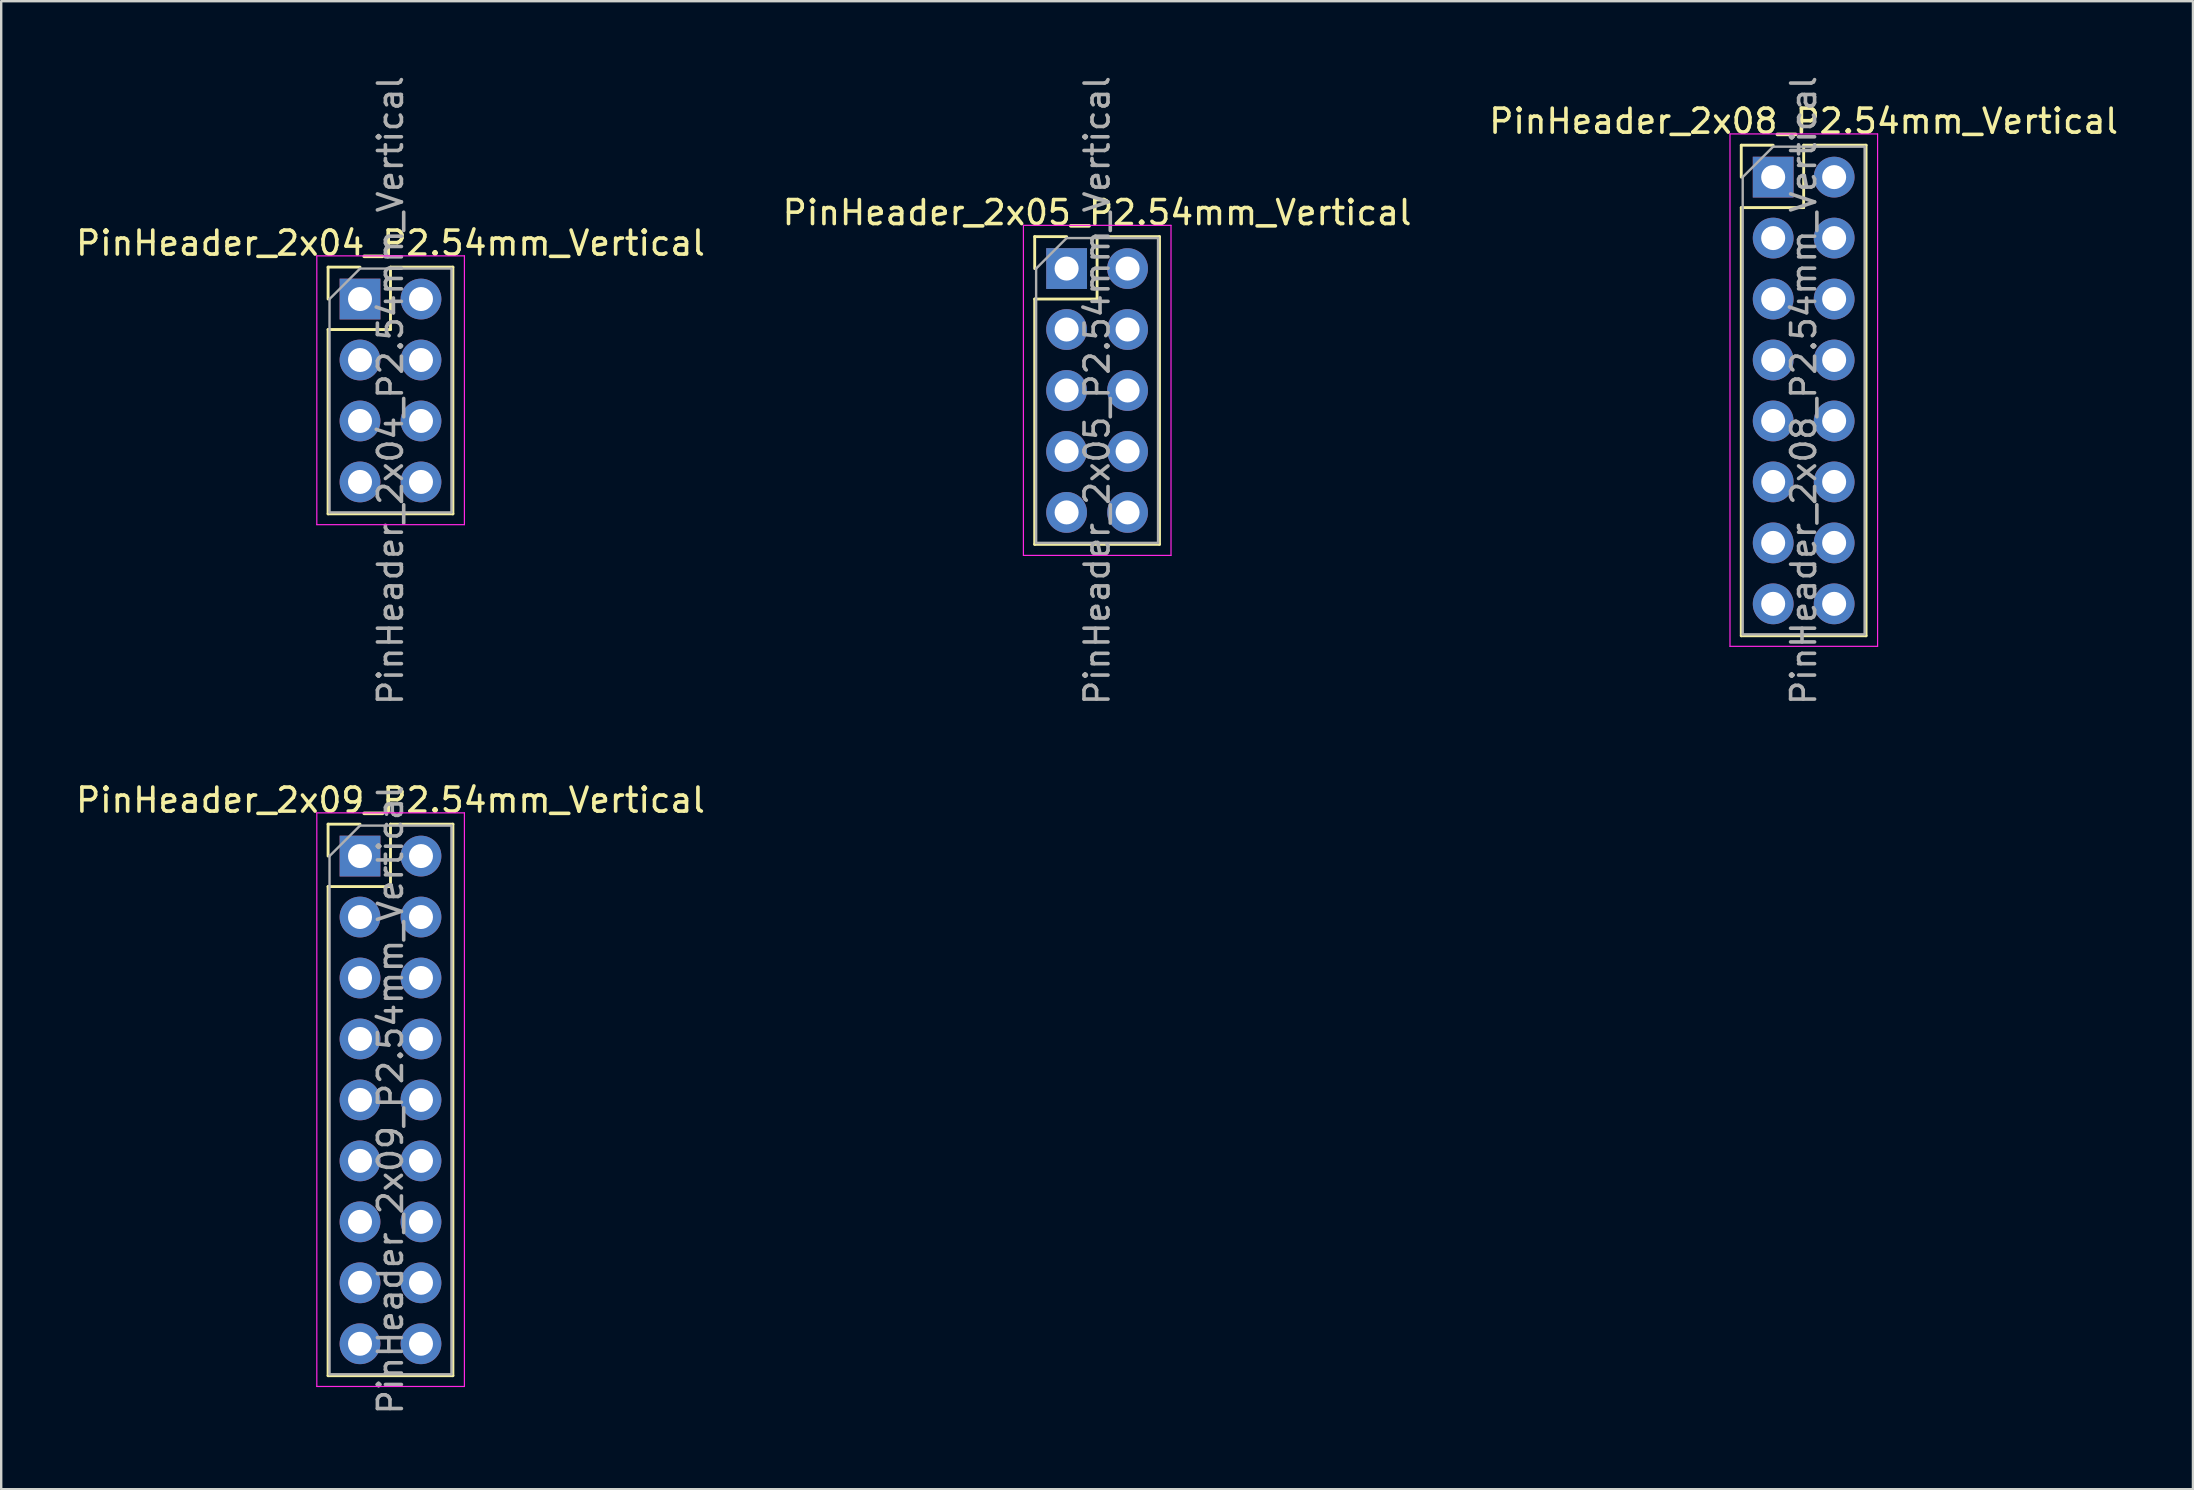
<source format=kicad_pcb>
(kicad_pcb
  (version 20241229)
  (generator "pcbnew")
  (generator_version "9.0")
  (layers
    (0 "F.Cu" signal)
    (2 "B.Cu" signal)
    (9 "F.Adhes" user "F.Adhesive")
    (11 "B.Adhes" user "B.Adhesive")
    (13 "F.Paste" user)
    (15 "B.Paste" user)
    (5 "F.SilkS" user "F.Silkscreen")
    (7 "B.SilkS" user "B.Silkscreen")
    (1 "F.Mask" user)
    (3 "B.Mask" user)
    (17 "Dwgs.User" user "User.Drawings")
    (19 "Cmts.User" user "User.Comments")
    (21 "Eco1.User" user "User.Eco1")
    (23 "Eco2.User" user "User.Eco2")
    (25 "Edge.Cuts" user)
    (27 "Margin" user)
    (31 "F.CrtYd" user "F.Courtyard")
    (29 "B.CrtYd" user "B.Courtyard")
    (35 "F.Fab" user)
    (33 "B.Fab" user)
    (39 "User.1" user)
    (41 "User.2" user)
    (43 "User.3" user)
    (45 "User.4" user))
  (footprint "PinHeader_2x08_P2.54mm_Vertical"
    (layer "F.Cu")
    (at 72.101 13.22)
    (property "Reference" "PinHeader_2x08_P2.54mm_Vertical" (at 0 -11.22 0) (layer "F.SilkS") (effects (font (size 1 1) (thickness 0.15))))
    (attr through_hole)
    (fp_line (start -2.6 -10.22) (end -1.27 -10.22) (stroke (width 0.12) (type solid)) (layer "F.SilkS"))
    (fp_line (start -2.6 -8.89) (end -2.6 -10.22) (stroke (width 0.12) (type solid)) (layer "F.SilkS"))
    (fp_line (start -2.6 -7.62) (end -2.6 10.22) (stroke (width 0.12) (type solid)) (layer "F.SilkS"))
    (fp_line (start -2.6 -7.62) (end 0 -7.62) (stroke (width 0.12) (type solid)) (layer "F.SilkS"))
    (fp_line (start -2.6 10.22) (end 2.6 10.22) (stroke (width 0.12) (type solid)) (layer "F.SilkS"))
    (fp_line (start 0 -10.22) (end 2.6 -10.22) (stroke (width 0.12) (type solid)) (layer "F.SilkS"))
    (fp_line (start 0 -7.62) (end 0 -10.22) (stroke (width 0.12) (type solid)) (layer "F.SilkS"))
    (fp_line (start 2.6 -10.22) (end 2.6 10.22) (stroke (width 0.12) (type solid)) (layer "F.SilkS"))
    (fp_line (start -3.07 -10.69) (end -3.07 10.66) (stroke (width 0.05) (type solid)) (layer "F.CrtYd"))
    (fp_line (start -3.07 10.66) (end 3.08 10.66) (stroke (width 0.05) (type solid)) (layer "F.CrtYd"))
    (fp_line (start 3.08 -10.69) (end -3.07 -10.69) (stroke (width 0.05) (type solid)) (layer "F.CrtYd"))
    (fp_line (start 3.08 10.66) (end 3.08 -10.69) (stroke (width 0.05) (type solid)) (layer "F.CrtYd"))
    (fp_line (start -2.54 -8.89) (end -1.27 -10.16) (stroke (width 0.1) (type solid)) (layer "F.Fab"))
    (fp_line (start -2.54 10.16) (end -2.54 -8.89) (stroke (width 0.1) (type solid)) (layer "F.Fab"))
    (fp_line (start -1.27 -10.16) (end 2.54 -10.16) (stroke (width 0.1) (type solid)) (layer "F.Fab"))
    (fp_line (start 2.54 -10.16) (end 2.54 10.16) (stroke (width 0.1) (type solid)) (layer "F.Fab"))
    (fp_line (start 2.54 10.16) (end -2.54 10.16) (stroke (width 0.1) (type solid)) (layer "F.Fab"))
    (fp_text user "${REFERENCE}" (at 0 0 90) (layer "F.Fab") (effects (font (size 1 1) (thickness 0.15))))
    (pad "1" thru_hole rect (at -1.27 -8.89) (size 1.7 1.7) (drill 1) (layers "*.Cu" "*.Mask"))
    (pad "2" thru_hole oval (at 1.27 -8.89) (size 1.7 1.7) (drill 1) (layers "*.Cu" "*.Mask"))
    (pad "3" thru_hole oval (at -1.27 -6.35) (size 1.7 1.7) (drill 1) (layers "*.Cu" "*.Mask"))
    (pad "4" thru_hole oval (at 1.27 -6.35) (size 1.7 1.7) (drill 1) (layers "*.Cu" "*.Mask"))
    (pad "5" thru_hole oval (at -1.27 -3.81) (size 1.7 1.7) (drill 1) (layers "*.Cu" "*.Mask"))
    (pad "6" thru_hole oval (at 1.27 -3.81) (size 1.7 1.7) (drill 1) (layers "*.Cu" "*.Mask"))
    (pad "7" thru_hole oval (at -1.27 -1.27) (size 1.7 1.7) (drill 1) (layers "*.Cu" "*.Mask"))
    (pad "8" thru_hole oval (at 1.27 -1.27) (size 1.7 1.7) (drill 1) (layers "*.Cu" "*.Mask"))
    (pad "9" thru_hole oval (at -1.27 1.27) (size 1.7 1.7) (drill 1) (layers "*.Cu" "*.Mask"))
    (pad "10" thru_hole oval (at 1.27 1.27) (size 1.7 1.7) (drill 1) (layers "*.Cu" "*.Mask"))
    (pad "11" thru_hole oval (at -1.27 3.81) (size 1.7 1.7) (drill 1) (layers "*.Cu" "*.Mask"))
    (pad "12" thru_hole oval (at 1.27 3.81) (size 1.7 1.7) (drill 1) (layers "*.Cu" "*.Mask"))
    (pad "13" thru_hole oval (at -1.27 6.35) (size 1.7 1.7) (drill 1) (layers "*.Cu" "*.Mask"))
    (pad "14" thru_hole oval (at 1.27 6.35) (size 1.7 1.7) (drill 1) (layers "*.Cu" "*.Mask"))
    (pad "15" thru_hole oval (at -1.27 8.89) (size 1.7 1.7) (drill 1) (layers "*.Cu" "*.Mask"))
    (pad "16" thru_hole oval (at 1.27 8.89) (size 1.7 1.7) (drill 1) (layers "*.Cu" "*.Mask")))
  (footprint "PinHeader_2x09_P2.54mm_Vertical"
    (layer "F.Cu")
    (at 13.22 42.779)
    (property "Reference" "PinHeader_2x09_P2.54mm_Vertical" (at 0 -12.49 0) (layer "F.SilkS") (effects (font (size 1 1) (thickness 0.15))))
    (attr through_hole)
    (fp_line (start -2.6 -11.49) (end -1.27 -11.49) (stroke (width 0.12) (type solid)) (layer "F.SilkS"))
    (fp_line (start -2.6 -10.16) (end -2.6 -11.49) (stroke (width 0.12) (type solid)) (layer "F.SilkS"))
    (fp_line (start -2.6 -8.89) (end -2.6 11.49) (stroke (width 0.12) (type solid)) (layer "F.SilkS"))
    (fp_line (start -2.6 -8.89) (end 0 -8.89) (stroke (width 0.12) (type solid)) (layer "F.SilkS"))
    (fp_line (start -2.6 11.49) (end 2.6 11.49) (stroke (width 0.12) (type solid)) (layer "F.SilkS"))
    (fp_line (start 0 -11.49) (end 2.6 -11.49) (stroke (width 0.12) (type solid)) (layer "F.SilkS"))
    (fp_line (start 0 -8.89) (end 0 -11.49) (stroke (width 0.12) (type solid)) (layer "F.SilkS"))
    (fp_line (start 2.6 -11.49) (end 2.6 11.49) (stroke (width 0.12) (type solid)) (layer "F.SilkS"))
    (fp_line (start -3.07 -11.96) (end -3.07 11.94) (stroke (width 0.05) (type solid)) (layer "F.CrtYd"))
    (fp_line (start -3.07 11.94) (end 3.08 11.94) (stroke (width 0.05) (type solid)) (layer "F.CrtYd"))
    (fp_line (start 3.08 -11.96) (end -3.07 -11.96) (stroke (width 0.05) (type solid)) (layer "F.CrtYd"))
    (fp_line (start 3.08 11.94) (end 3.08 -11.96) (stroke (width 0.05) (type solid)) (layer "F.CrtYd"))
    (fp_line (start -2.54 -10.16) (end -1.27 -11.43) (stroke (width 0.1) (type solid)) (layer "F.Fab"))
    (fp_line (start -2.54 11.43) (end -2.54 -10.16) (stroke (width 0.1) (type solid)) (layer "F.Fab"))
    (fp_line (start -1.27 -11.43) (end 2.54 -11.43) (stroke (width 0.1) (type solid)) (layer "F.Fab"))
    (fp_line (start 2.54 -11.43) (end 2.54 11.43) (stroke (width 0.1) (type solid)) (layer "F.Fab"))
    (fp_line (start 2.54 11.43) (end -2.54 11.43) (stroke (width 0.1) (type solid)) (layer "F.Fab"))
    (fp_text user "${REFERENCE}" (at 0 0 90) (layer "F.Fab") (effects (font (size 1 1) (thickness 0.15))))
    (pad "1" thru_hole rect (at -1.27 -10.16) (size 1.7 1.7) (drill 1) (layers "*.Cu" "*.Mask"))
    (pad "2" thru_hole oval (at 1.27 -10.16) (size 1.7 1.7) (drill 1) (layers "*.Cu" "*.Mask"))
    (pad "3" thru_hole oval (at -1.27 -7.62) (size 1.7 1.7) (drill 1) (layers "*.Cu" "*.Mask"))
    (pad "4" thru_hole oval (at 1.27 -7.62) (size 1.7 1.7) (drill 1) (layers "*.Cu" "*.Mask"))
    (pad "5" thru_hole oval (at -1.27 -5.08) (size 1.7 1.7) (drill 1) (layers "*.Cu" "*.Mask"))
    (pad "6" thru_hole oval (at 1.27 -5.08) (size 1.7 1.7) (drill 1) (layers "*.Cu" "*.Mask"))
    (pad "7" thru_hole oval (at -1.27 -2.54) (size 1.7 1.7) (drill 1) (layers "*.Cu" "*.Mask"))
    (pad "8" thru_hole oval (at 1.27 -2.54) (size 1.7 1.7) (drill 1) (layers "*.Cu" "*.Mask"))
    (pad "9" thru_hole oval (at -1.27 0) (size 1.7 1.7) (drill 1) (layers "*.Cu" "*.Mask"))
    (pad "10" thru_hole oval (at 1.27 0) (size 1.7 1.7) (drill 1) (layers "*.Cu" "*.Mask"))
    (pad "11" thru_hole oval (at -1.27 2.54) (size 1.7 1.7) (drill 1) (layers "*.Cu" "*.Mask"))
    (pad "12" thru_hole oval (at 1.27 2.54) (size 1.7 1.7) (drill 1) (layers "*.Cu" "*.Mask"))
    (pad "13" thru_hole oval (at -1.27 5.08) (size 1.7 1.7) (drill 1) (layers "*.Cu" "*.Mask"))
    (pad "14" thru_hole oval (at 1.27 5.08) (size 1.7 1.7) (drill 1) (layers "*.Cu" "*.Mask"))
    (pad "15" thru_hole oval (at -1.27 7.62) (size 1.7 1.7) (drill 1) (layers "*.Cu" "*.Mask"))
    (pad "16" thru_hole oval (at 1.27 7.62) (size 1.7 1.7) (drill 1) (layers "*.Cu" "*.Mask"))
    (pad "17" thru_hole oval (at -1.27 10.16) (size 1.7 1.7) (drill 1) (layers "*.Cu" "*.Mask"))
    (pad "18" thru_hole oval (at 1.27 10.16) (size 1.7 1.7) (drill 1) (layers "*.Cu" "*.Mask")))
  (footprint "PinHeader_2x04_P2.54mm_Vertical"
    (layer "F.Cu")
    (at 13.22 13.22)
    (property "Reference" "PinHeader_2x04_P2.54mm_Vertical" (at 0 -6.14 0) (layer "F.SilkS") (effects (font (size 1 1) (thickness 0.15))))
    (attr through_hole)
    (fp_line (start -2.6 -5.14) (end -1.27 -5.14) (stroke (width 0.12) (type solid)) (layer "F.SilkS"))
    (fp_line (start -2.6 -3.81) (end -2.6 -5.14) (stroke (width 0.12) (type solid)) (layer "F.SilkS"))
    (fp_line (start -2.6 -2.54) (end -2.6 5.14) (stroke (width 0.12) (type solid)) (layer "F.SilkS"))
    (fp_line (start -2.6 -2.54) (end 0 -2.54) (stroke (width 0.12) (type solid)) (layer "F.SilkS"))
    (fp_line (start -2.6 5.14) (end 2.6 5.14) (stroke (width 0.12) (type solid)) (layer "F.SilkS"))
    (fp_line (start 0 -5.14) (end 2.6 -5.14) (stroke (width 0.12) (type solid)) (layer "F.SilkS"))
    (fp_line (start 0 -2.54) (end 0 -5.14) (stroke (width 0.12) (type solid)) (layer "F.SilkS"))
    (fp_line (start 2.6 -5.14) (end 2.6 5.14) (stroke (width 0.12) (type solid)) (layer "F.SilkS"))
    (fp_line (start -3.07 -5.61) (end -3.07 5.59) (stroke (width 0.05) (type solid)) (layer "F.CrtYd"))
    (fp_line (start -3.07 5.59) (end 3.08 5.59) (stroke (width 0.05) (type solid)) (layer "F.CrtYd"))
    (fp_line (start 3.08 -5.61) (end -3.07 -5.61) (stroke (width 0.05) (type solid)) (layer "F.CrtYd"))
    (fp_line (start 3.08 5.59) (end 3.08 -5.61) (stroke (width 0.05) (type solid)) (layer "F.CrtYd"))
    (fp_line (start -2.54 -3.81) (end -1.27 -5.08) (stroke (width 0.1) (type solid)) (layer "F.Fab"))
    (fp_line (start -2.54 5.08) (end -2.54 -3.81) (stroke (width 0.1) (type solid)) (layer "F.Fab"))
    (fp_line (start -1.27 -5.08) (end 2.54 -5.08) (stroke (width 0.1) (type solid)) (layer "F.Fab"))
    (fp_line (start 2.54 -5.08) (end 2.54 5.08) (stroke (width 0.1) (type solid)) (layer "F.Fab"))
    (fp_line (start 2.54 5.08) (end -2.54 5.08) (stroke (width 0.1) (type solid)) (layer "F.Fab"))
    (fp_text user "${REFERENCE}" (at 0 0 90) (layer "F.Fab") (effects (font (size 1 1) (thickness 0.15))))
    (pad "1" thru_hole rect (at -1.27 -3.81) (size 1.7 1.7) (drill 1) (layers "*.Cu" "*.Mask"))
    (pad "2" thru_hole oval (at 1.27 -3.81) (size 1.7 1.7) (drill 1) (layers "*.Cu" "*.Mask"))
    (pad "3" thru_hole oval (at -1.27 -1.27) (size 1.7 1.7) (drill 1) (layers "*.Cu" "*.Mask"))
    (pad "4" thru_hole oval (at 1.27 -1.27) (size 1.7 1.7) (drill 1) (layers "*.Cu" "*.Mask"))
    (pad "5" thru_hole oval (at -1.27 1.27) (size 1.7 1.7) (drill 1) (layers "*.Cu" "*.Mask"))
    (pad "6" thru_hole oval (at 1.27 1.27) (size 1.7 1.7) (drill 1) (layers "*.Cu" "*.Mask"))
    (pad "7" thru_hole oval (at -1.27 3.81) (size 1.7 1.7) (drill 1) (layers "*.Cu" "*.Mask"))
    (pad "8" thru_hole oval (at 1.27 3.81) (size 1.7 1.7) (drill 1) (layers "*.Cu" "*.Mask")))
  (footprint "PinHeader_2x05_P2.54mm_Vertical"
    (layer "F.Cu")
    (at 42.661 13.22)
    (property "Reference" "PinHeader_2x05_P2.54mm_Vertical" (at 0 -7.41 0) (layer "F.SilkS") (effects (font (size 1 1) (thickness 0.15))))
    (attr through_hole)
    (fp_line (start -2.6 -6.41) (end -1.27 -6.41) (stroke (width 0.12) (type solid)) (layer "F.SilkS"))
    (fp_line (start -2.6 -5.08) (end -2.6 -6.41) (stroke (width 0.12) (type solid)) (layer "F.SilkS"))
    (fp_line (start -2.6 -3.81) (end -2.6 6.41) (stroke (width 0.12) (type solid)) (layer "F.SilkS"))
    (fp_line (start -2.6 -3.81) (end 0 -3.81) (stroke (width 0.12) (type solid)) (layer "F.SilkS"))
    (fp_line (start -2.6 6.41) (end 2.6 6.41) (stroke (width 0.12) (type solid)) (layer "F.SilkS"))
    (fp_line (start 0 -6.41) (end 2.6 -6.41) (stroke (width 0.12) (type solid)) (layer "F.SilkS"))
    (fp_line (start 0 -3.81) (end 0 -6.41) (stroke (width 0.12) (type solid)) (layer "F.SilkS"))
    (fp_line (start 2.6 -6.41) (end 2.6 6.41) (stroke (width 0.12) (type solid)) (layer "F.SilkS"))
    (fp_line (start -3.07 -6.88) (end -3.07 6.87) (stroke (width 0.05) (type solid)) (layer "F.CrtYd"))
    (fp_line (start -3.07 6.87) (end 3.08 6.87) (stroke (width 0.05) (type solid)) (layer "F.CrtYd"))
    (fp_line (start 3.08 -6.88) (end -3.07 -6.88) (stroke (width 0.05) (type solid)) (layer "F.CrtYd"))
    (fp_line (start 3.08 6.87) (end 3.08 -6.88) (stroke (width 0.05) (type solid)) (layer "F.CrtYd"))
    (fp_line (start -2.54 -5.08) (end -1.27 -6.35) (stroke (width 0.1) (type solid)) (layer "F.Fab"))
    (fp_line (start -2.54 6.35) (end -2.54 -5.08) (stroke (width 0.1) (type solid)) (layer "F.Fab"))
    (fp_line (start -1.27 -6.35) (end 2.54 -6.35) (stroke (width 0.1) (type solid)) (layer "F.Fab"))
    (fp_line (start 2.54 -6.35) (end 2.54 6.35) (stroke (width 0.1) (type solid)) (layer "F.Fab"))
    (fp_line (start 2.54 6.35) (end -2.54 6.35) (stroke (width 0.1) (type solid)) (layer "F.Fab"))
    (fp_text user "${REFERENCE}" (at 0 0 90) (layer "F.Fab") (effects (font (size 1 1) (thickness 0.15))))
    (pad "1" thru_hole rect (at -1.27 -5.08) (size 1.7 1.7) (drill 1) (layers "*.Cu" "*.Mask"))
    (pad "2" thru_hole oval (at 1.27 -5.08) (size 1.7 1.7) (drill 1) (layers "*.Cu" "*.Mask"))
    (pad "3" thru_hole oval (at -1.27 -2.54) (size 1.7 1.7) (drill 1) (layers "*.Cu" "*.Mask"))
    (pad "4" thru_hole oval (at 1.27 -2.54) (size 1.7 1.7) (drill 1) (layers "*.Cu" "*.Mask"))
    (pad "5" thru_hole oval (at -1.27 0) (size 1.7 1.7) (drill 1) (layers "*.Cu" "*.Mask"))
    (pad "6" thru_hole oval (at 1.27 0) (size 1.7 1.7) (drill 1) (layers "*.Cu" "*.Mask"))
    (pad "7" thru_hole oval (at -1.27 2.54) (size 1.7 1.7) (drill 1) (layers "*.Cu" "*.Mask"))
    (pad "8" thru_hole oval (at 1.27 2.54) (size 1.7 1.7) (drill 1) (layers "*.Cu" "*.Mask"))
    (pad "9" thru_hole oval (at -1.27 5.08) (size 1.7 1.7) (drill 1) (layers "*.Cu" "*.Mask"))
    (pad "10" thru_hole oval (at 1.27 5.08) (size 1.7 1.7) (drill 1) (layers "*.Cu" "*.Mask")))
  (gr_rect
    (start -3 -3)
    (end 88.321 58.999)
    (stroke (width 0.1) (type default))
    (fill no)
    (layer "Edge.Cuts")))
</source>
